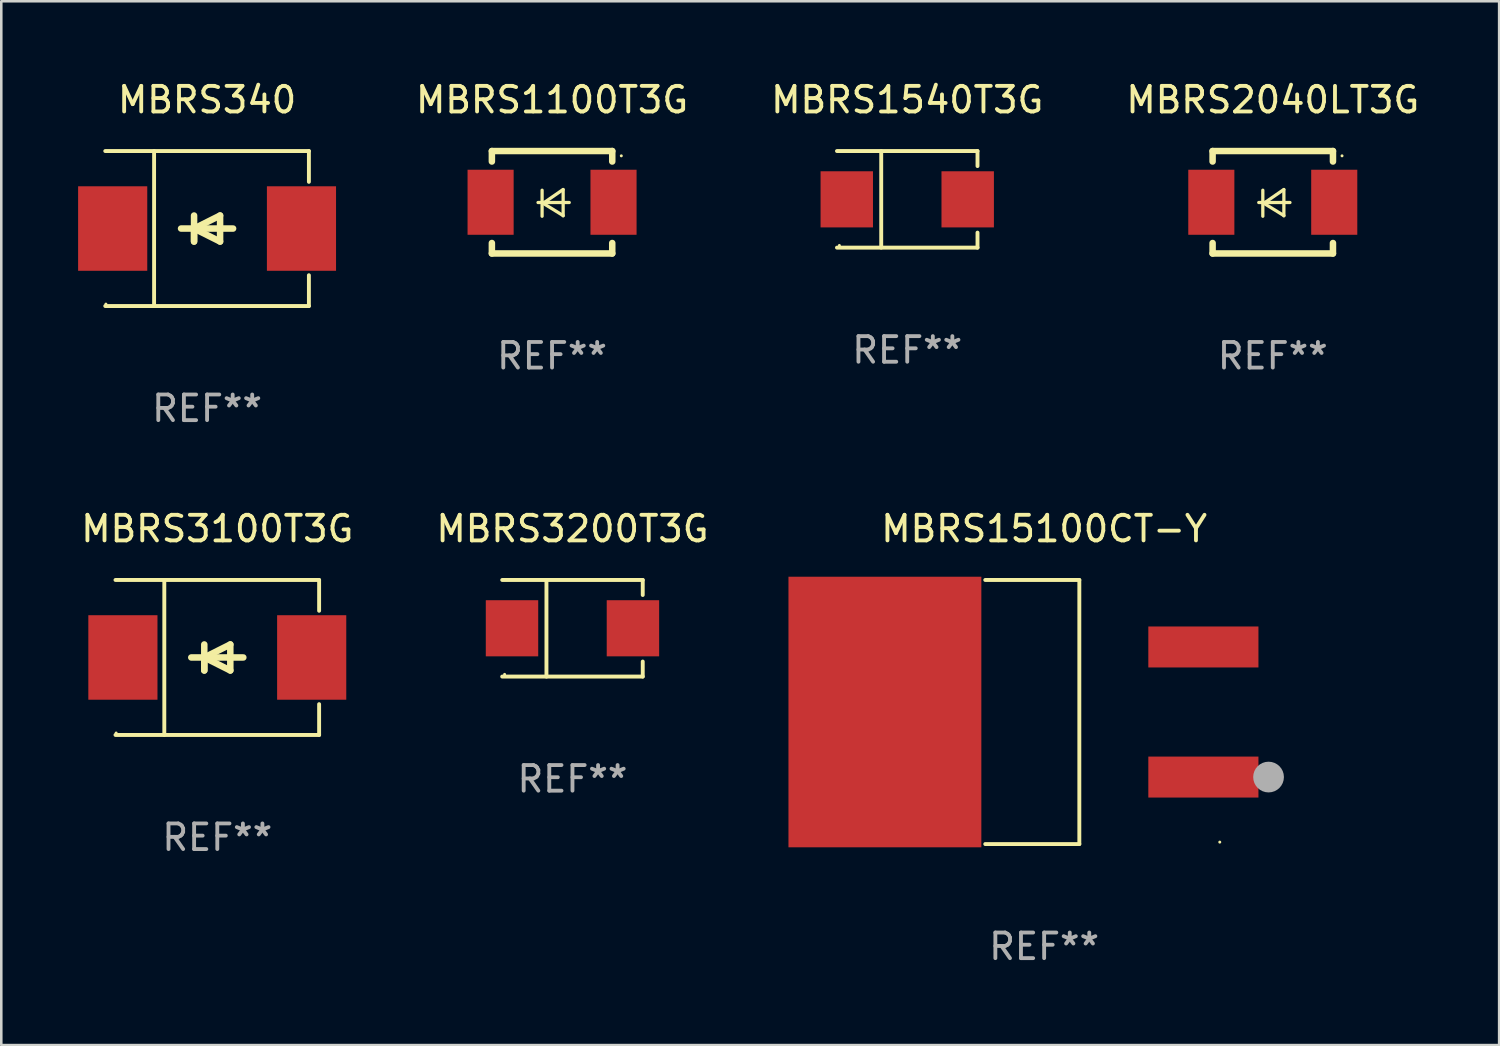
<source format=kicad_pcb>
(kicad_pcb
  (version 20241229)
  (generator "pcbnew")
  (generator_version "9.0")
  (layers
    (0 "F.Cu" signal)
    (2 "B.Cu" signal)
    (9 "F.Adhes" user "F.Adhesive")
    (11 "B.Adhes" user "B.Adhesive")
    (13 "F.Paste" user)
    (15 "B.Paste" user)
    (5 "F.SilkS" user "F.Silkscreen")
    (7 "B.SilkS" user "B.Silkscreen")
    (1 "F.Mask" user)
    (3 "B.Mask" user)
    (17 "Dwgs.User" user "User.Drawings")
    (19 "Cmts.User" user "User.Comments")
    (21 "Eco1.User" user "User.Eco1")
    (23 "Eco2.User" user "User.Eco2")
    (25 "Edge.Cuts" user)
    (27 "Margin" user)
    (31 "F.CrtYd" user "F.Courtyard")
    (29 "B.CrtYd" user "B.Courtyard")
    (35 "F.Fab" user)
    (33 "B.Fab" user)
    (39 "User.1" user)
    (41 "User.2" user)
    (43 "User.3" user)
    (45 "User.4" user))
  (footprint "MBRS1540T3G"
    (layer "F.Cu")
    (at 32.376 4.734)
    (property "Reference" "MBRS1540T3G" (at 0 -3.886 0) (layer "F.SilkS") (effects (font (size 1 1) (thickness 0.15))))
    (attr through_hole)
    (fp_line (start -2.744 -1.886) (end 2.744 -1.886) (stroke (width 0.152) (type solid)) (layer "F.SilkS"))
    (fp_line (start -2.744 1.886) (end 2.744 1.886) (stroke (width 0.152) (type solid)) (layer "F.SilkS"))
    (fp_line (start -1.016 -1.886) (end -1.016 1.886) (stroke (width 0.152) (type solid)) (layer "F.SilkS"))
    (fp_line (start 2.744 -1.886) (end 2.744 -1.299) (stroke (width 0.152) (type solid)) (layer "F.SilkS"))
    (fp_line (start 2.744 1.886) (end 2.744 1.299) (stroke (width 0.152) (type solid)) (layer "F.SilkS"))
    (fp_circle (center -2.65 1.8) (end -2.62 1.8) (stroke (width 0.06) (type solid)) (fill no) (layer "F.SilkS"))
    (fp_text user "REF**" (at 0 5.886 0) (layer "F.Fab") (effects (font (size 1 1) (thickness 0.15))))
    (pad "1" smd rect (at -2.361 0) (size 2.047 2.192) (layers "F.Cu" "F.Mask" "F.Paste"))
    (pad "2" smd rect (at 2.361 0) (size 2.047 2.192) (layers "F.Cu" "F.Mask" "F.Paste")))
  (footprint "MBRS2040LT3G"
    (layer "F.Cu")
    (at 46.65 4.848)
    (property "Reference" "MBRS2040LT3G" (at 0 -4 0) (layer "F.SilkS") (effects (font (size 1 1) (thickness 0.15))))
    (attr through_hole)
    (fp_line (start -2.35 -2) (end -2.35 -1.591) (stroke (width 0.254) (type solid)) (layer "F.SilkS"))
    (fp_line (start -2.35 -2) (end 2.35 -2) (stroke (width 0.254) (type solid)) (layer "F.SilkS"))
    (fp_line (start -2.35 1.591) (end -2.35 2) (stroke (width 0.254) (type solid)) (layer "F.SilkS"))
    (fp_line (start -2.35 2) (end 2.35 2) (stroke (width 0.254) (type solid)) (layer "F.SilkS"))
    (fp_line (start -0.548 0.01) (end 0.671 0.01) (stroke (width 0.127) (type solid)) (layer "F.SilkS"))
    (fp_line (start -0.389 -0.47) (end -0.389 0.546) (stroke (width 0.127) (type solid)) (layer "F.SilkS"))
    (fp_line (start -0.35 0.04) (end 0.433 0.52) (stroke (width 0.127) (type solid)) (layer "F.SilkS"))
    (fp_line (start 0.433 -0.5) (end -0.35 0.04) (stroke (width 0.127) (type solid)) (layer "F.SilkS"))
    (fp_line (start 0.433 0.53) (end 0.433 -0.486) (stroke (width 0.127) (type solid)) (layer "F.SilkS"))
    (fp_line (start 2.35 -2) (end 2.35 -1.591) (stroke (width 0.254) (type solid)) (layer "F.SilkS"))
    (fp_line (start 2.35 1.591) (end 2.35 2) (stroke (width 0.254) (type solid)) (layer "F.SilkS"))
    (fp_circle (center 2.704 -1.813) (end 2.734 -1.813) (stroke (width 0.06) (type solid)) (fill no) (layer "F.SilkS"))
    (fp_text user "REF**" (at 0 6 0) (layer "F.Fab") (effects (font (size 1 1) (thickness 0.15))))
    (pad "1" smd rect (at 2.4 0) (size 1.8 2.54) (layers "F.Cu" "F.Mask" "F.Paste"))
    (pad "2" smd rect (at -2.4 0) (size 1.8 2.54) (layers "F.Cu" "F.Mask" "F.Paste")))
  (footprint "MBRS3100T3G"
    (layer "F.Cu")
    (at 5.435 22.623)
    (property "Reference" "MBRS3100T3G" (at 0 -5.026 0) (layer "F.SilkS") (effects (font (size 1 1) (thickness 0.15))))
    (attr through_hole)
    (fp_line (start -3.976 -3.026) (end 3.976 -3.026) (stroke (width 0.152) (type solid)) (layer "F.SilkS"))
    (fp_line (start -3.976 3.026) (end 3.976 3.026) (stroke (width 0.152) (type solid)) (layer "F.SilkS"))
    (fp_line (start -2.069 -3.026) (end -2.069 3.026) (stroke (width 0.152) (type solid)) (layer "F.SilkS"))
    (fp_line (start -0.508 0) (end -0.508 0.508) (stroke (width 0.254) (type solid)) (layer "F.SilkS"))
    (fp_line (start -0.508 0) (end 0.508 0.508) (stroke (width 0.254) (type solid)) (layer "F.SilkS"))
    (fp_line (start -0.508 0.508) (end -0.508 -0.508) (stroke (width 0.254) (type solid)) (layer "F.SilkS"))
    (fp_line (start 0.508 -0.508) (end -0.508 0) (stroke (width 0.254) (type solid)) (layer "F.SilkS"))
    (fp_line (start 0.508 0.508) (end 0.508 -0.508) (stroke (width 0.254) (type solid)) (layer "F.SilkS"))
    (fp_line (start 1.016 0) (end -1.016 0) (stroke (width 0.254) (type solid)) (layer "F.SilkS"))
    (fp_line (start 3.976 -3.026) (end 3.976 -1.823) (stroke (width 0.152) (type solid)) (layer "F.SilkS"))
    (fp_line (start 3.976 3.026) (end 3.976 1.823) (stroke (width 0.152) (type solid)) (layer "F.SilkS"))
    (fp_circle (center -3.95 2.95) (end -3.92 2.95) (stroke (width 0.06) (type solid)) (fill no) (layer "F.SilkS"))
    (fp_text user "REF**" (at 0 7.026 0) (layer "F.Fab") (effects (font (size 1 1) (thickness 0.15))))
    (pad "1" smd rect (at -3.686 0) (size 2.7 3.3) (layers "F.Cu" "F.Mask" "F.Paste"))
    (pad "2" smd rect (at 3.686 0) (size 2.7 3.3) (layers "F.Cu" "F.Mask" "F.Paste")))
  (footprint "MBRS1100T3G"
    (layer "F.Cu")
    (at 18.507 4.848)
    (property "Reference" "MBRS1100T3G" (at 0 -4 0) (layer "F.SilkS") (effects (font (size 1 1) (thickness 0.15))))
    (attr through_hole)
    (fp_line (start -2.35 -2) (end -2.35 -1.591) (stroke (width 0.254) (type solid)) (layer "F.SilkS"))
    (fp_line (start -2.35 -2) (end 2.35 -2) (stroke (width 0.254) (type solid)) (layer "F.SilkS"))
    (fp_line (start -2.35 1.591) (end -2.35 2) (stroke (width 0.254) (type solid)) (layer "F.SilkS"))
    (fp_line (start -2.35 2) (end 2.35 2) (stroke (width 0.254) (type solid)) (layer "F.SilkS"))
    (fp_line (start -0.548 0.01) (end 0.671 0.01) (stroke (width 0.127) (type solid)) (layer "F.SilkS"))
    (fp_line (start -0.389 -0.47) (end -0.389 0.546) (stroke (width 0.127) (type solid)) (layer "F.SilkS"))
    (fp_line (start -0.35 0.04) (end 0.433 0.52) (stroke (width 0.127) (type solid)) (layer "F.SilkS"))
    (fp_line (start 0.433 -0.5) (end -0.35 0.04) (stroke (width 0.127) (type solid)) (layer "F.SilkS"))
    (fp_line (start 0.433 0.53) (end 0.433 -0.486) (stroke (width 0.127) (type solid)) (layer "F.SilkS"))
    (fp_line (start 2.35 -2) (end 2.35 -1.591) (stroke (width 0.254) (type solid)) (layer "F.SilkS"))
    (fp_line (start 2.35 1.591) (end 2.35 2) (stroke (width 0.254) (type solid)) (layer "F.SilkS"))
    (fp_circle (center 2.704 -1.813) (end 2.734 -1.813) (stroke (width 0.06) (type solid)) (fill no) (layer "F.SilkS"))
    (fp_text user "REF**" (at 0 6 0) (layer "F.Fab") (effects (font (size 1 1) (thickness 0.15))))
    (pad "1" smd rect (at 2.4 0) (size 1.8 2.54) (layers "F.Cu" "F.Mask" "F.Paste"))
    (pad "2" smd rect (at -2.4 0) (size 1.8 2.54) (layers "F.Cu" "F.Mask" "F.Paste")))
  (footprint "MBRS15100CT-Y"
    (layer "F.Cu")
    (at 37.722 24.753)
    (property "Reference" "MBRS15100CT-Y" (at 0 -7.156 0) (layer "F.SilkS") (effects (font (size 1 1) (thickness 0.15))))
    (attr through_hole)
    (fp_line (start -2.3 -5.156) (end 1.374 -5.156) (stroke (width 0.152) (type solid)) (layer "F.SilkS"))
    (fp_line (start -2.3 5.156) (end 1.374 5.156) (stroke (width 0.152) (type solid)) (layer "F.SilkS"))
    (fp_line (start 1.374 5.156) (end 1.374 -5.156) (stroke (width 0.152) (type solid)) (layer "F.SilkS"))
    (fp_circle (center 6.858 5.08) (end 6.888 5.08) (stroke (width 0.06) (type solid)) (fill no) (layer "F.SilkS"))
    (fp_circle (center 8.763 2.54) (end 9.063 2.54) (stroke (width 0.6) (type solid)) (fill no) (layer "F.Fab"))
    (fp_text user "REF**" (at 0 9.156 0) (layer "F.Fab") (effects (font (size 1 1) (thickness 0.15))))
    (pad "1" smd rect (at 6.218 2.54 180) (size 4.3 1.6) (layers "F.Cu" "F.Mask" "F.Paste"))
    (pad "2" smd rect (at -6.218 0 180) (size 7.532 10.566) (layers "F.Cu" "F.Mask" "F.Paste"))
    (pad "3" smd rect (at 6.218 -2.54 180) (size 4.3 1.6) (layers "F.Cu" "F.Mask" "F.Paste")))
  (footprint "MBRS340"
    (layer "F.Cu")
    (at 5.036 5.874)
    (property "Reference" "MBRS340" (at 0 -5.026 0) (layer "F.SilkS") (effects (font (size 1 1) (thickness 0.15))))
    (attr through_hole)
    (fp_line (start -3.976 -3.026) (end 3.976 -3.026) (stroke (width 0.152) (type solid)) (layer "F.SilkS"))
    (fp_line (start -3.976 3.026) (end 3.976 3.026) (stroke (width 0.152) (type solid)) (layer "F.SilkS"))
    (fp_line (start -2.069 -3.026) (end -2.069 3.026) (stroke (width 0.152) (type solid)) (layer "F.SilkS"))
    (fp_line (start -0.508 0) (end -0.508 0.508) (stroke (width 0.254) (type solid)) (layer "F.SilkS"))
    (fp_line (start -0.508 0) (end 0.508 0.508) (stroke (width 0.254) (type solid)) (layer "F.SilkS"))
    (fp_line (start -0.508 0.508) (end -0.508 -0.508) (stroke (width 0.254) (type solid)) (layer "F.SilkS"))
    (fp_line (start 0.508 -0.508) (end -0.508 0) (stroke (width 0.254) (type solid)) (layer "F.SilkS"))
    (fp_line (start 0.508 0.508) (end 0.508 -0.508) (stroke (width 0.254) (type solid)) (layer "F.SilkS"))
    (fp_line (start 1.016 0) (end -1.016 0) (stroke (width 0.254) (type solid)) (layer "F.SilkS"))
    (fp_line (start 3.976 -3.026) (end 3.976 -1.823) (stroke (width 0.152) (type solid)) (layer "F.SilkS"))
    (fp_line (start 3.976 3.026) (end 3.976 1.823) (stroke (width 0.152) (type solid)) (layer "F.SilkS"))
    (fp_circle (center -3.95 2.95) (end -3.92 2.95) (stroke (width 0.06) (type solid)) (fill no) (layer "F.SilkS"))
    (fp_text user "REF**" (at 0 7.026 0) (layer "F.Fab") (effects (font (size 1 1) (thickness 0.15))))
    (pad "1" smd rect (at -3.686 0) (size 2.7 3.3) (layers "F.Cu" "F.Mask" "F.Paste"))
    (pad "2" smd rect (at 3.686 0) (size 2.7 3.3) (layers "F.Cu" "F.Mask" "F.Paste")))
  (footprint "MBRS3200T3G"
    (layer "F.Cu")
    (at 19.304 21.483)
    (property "Reference" "MBRS3200T3G" (at 0 -3.886 0) (layer "F.SilkS") (effects (font (size 1 1) (thickness 0.15))))
    (attr through_hole)
    (fp_line (start -2.744 -1.886) (end 2.744 -1.886) (stroke (width 0.152) (type solid)) (layer "F.SilkS"))
    (fp_line (start -2.744 1.886) (end 2.744 1.886) (stroke (width 0.152) (type solid)) (layer "F.SilkS"))
    (fp_line (start -1.016 -1.886) (end -1.016 1.886) (stroke (width 0.152) (type solid)) (layer "F.SilkS"))
    (fp_line (start 2.744 -1.886) (end 2.744 -1.299) (stroke (width 0.152) (type solid)) (layer "F.SilkS"))
    (fp_line (start 2.744 1.886) (end 2.744 1.299) (stroke (width 0.152) (type solid)) (layer "F.SilkS"))
    (fp_circle (center -2.65 1.8) (end -2.62 1.8) (stroke (width 0.06) (type solid)) (fill no) (layer "F.SilkS"))
    (fp_text user "REF**" (at 0 5.886 0) (layer "F.Fab") (effects (font (size 1 1) (thickness 0.15))))
    (pad "1" smd rect (at -2.361 0) (size 2.047 2.192) (layers "F.Cu" "F.Mask" "F.Paste"))
    (pad "2" smd rect (at 2.361 0) (size 2.047 2.192) (layers "F.Cu" "F.Mask" "F.Paste")))
  (gr_rect
    (start -3 -3)
    (end 55.489 37.758)
    (stroke (width 0.1) (type default))
    (fill no)
    (layer "Edge.Cuts")))
</source>
